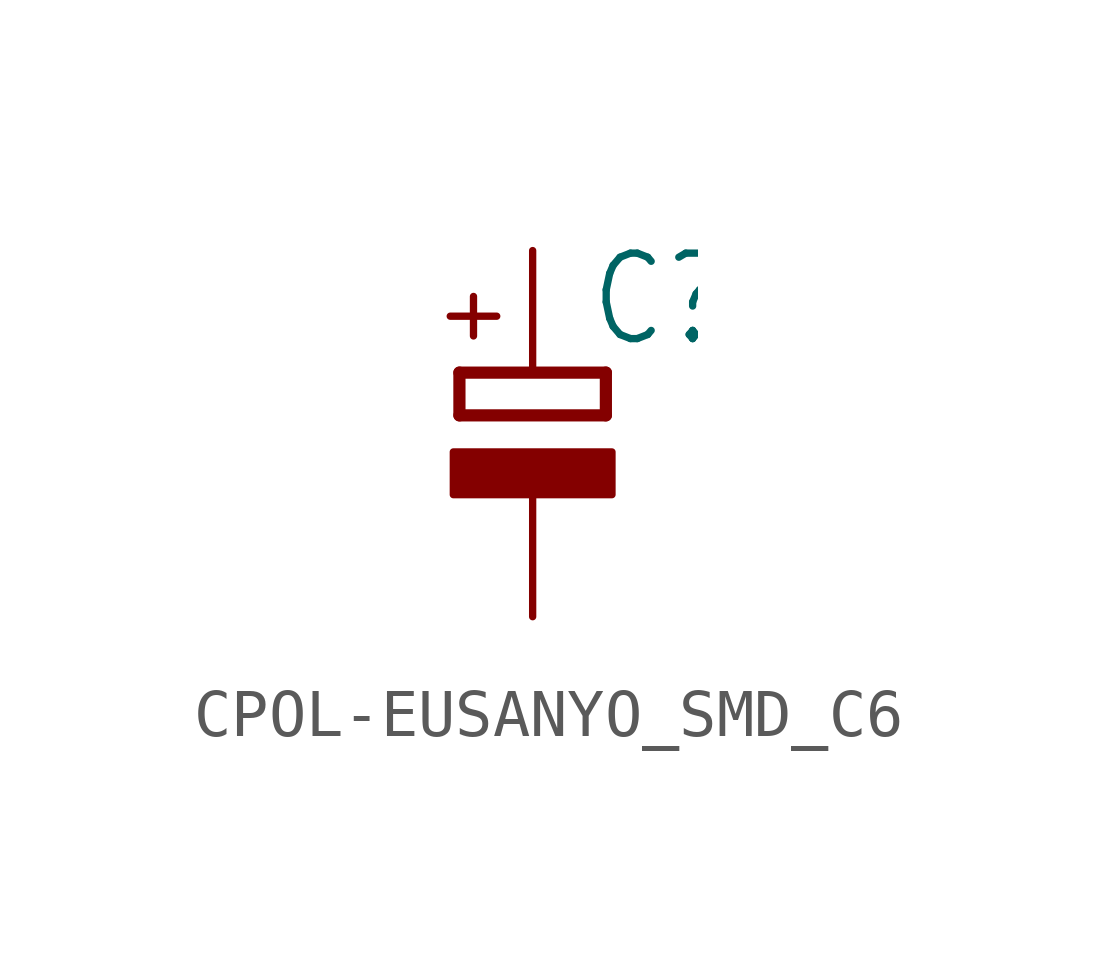
<source format=kicad_sym>
(kicad_symbol_lib
  (version 20231120)
  (generator "kicad_symbol_editor")
  (generator_version "8.0")
  (symbol "CPOL-EUSANYO_SMD_C6"
    (property "Reference" "C"
      (at 1.143 0.483 0)
      (effects (font (size 1.778 1.511)) (justify left bottom)))
    (property "Value" ""
      (at 1.143 -4.597 0)
      (effects (font (size 1.778 1.511)) (justify left bottom)))
    (property "ki_locked" ""
      (at 0 0 0)
      (effects (font (size 1.27 1.27))))
    (symbol "CPOL-EUSANYO_SMD_C6_1_0"
      (rectangle (start -1.651 -2.54) (end 1.651 -1.651) (stroke (width 0) (type default)) (fill (type outline)))
      (polyline (pts (xy -1.524 -0.889) (xy 1.524 -0.889)) (stroke (width 0.254) (type solid)) (fill (type none)))
      (polyline (pts (xy -1.524 0) (xy -1.524 -0.889)) (stroke (width 0.254) (type solid)) (fill (type none)))
      (polyline (pts (xy -1.524 0) (xy 1.524 0)) (stroke (width 0.254) (type solid)) (fill (type none)))
      (polyline (pts (xy 1.524 -0.889) (xy 1.524 0)) (stroke (width 0.254) (type solid)) (fill (type none)))
      (text "+" (at -0.584 0.406 900) (effects (font (size 1.27 1.079)) (justify left bottom)))
      (pin passive line (at 0 2.54 270) (length 2.54) (name "+" (effects (font (size 0 0)))) (number "+" (effects (font (size 0 0)))))
      (pin passive line (at 0 -5.08 90) (length 2.54) (name "-" (effects (font (size 0 0)))) (number "-" (effects (font (size 0 0))))))))
</source>
